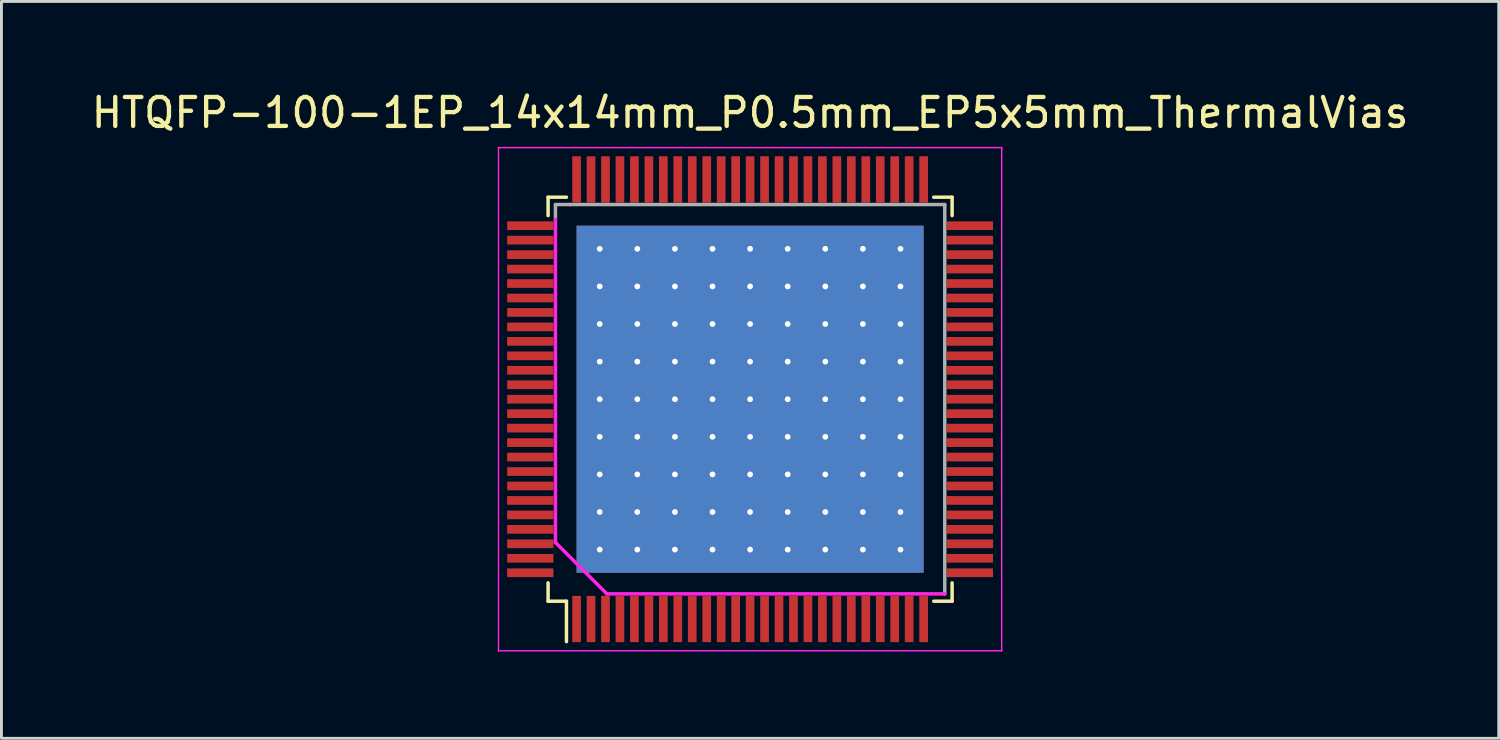
<source format=kicad_pcb>
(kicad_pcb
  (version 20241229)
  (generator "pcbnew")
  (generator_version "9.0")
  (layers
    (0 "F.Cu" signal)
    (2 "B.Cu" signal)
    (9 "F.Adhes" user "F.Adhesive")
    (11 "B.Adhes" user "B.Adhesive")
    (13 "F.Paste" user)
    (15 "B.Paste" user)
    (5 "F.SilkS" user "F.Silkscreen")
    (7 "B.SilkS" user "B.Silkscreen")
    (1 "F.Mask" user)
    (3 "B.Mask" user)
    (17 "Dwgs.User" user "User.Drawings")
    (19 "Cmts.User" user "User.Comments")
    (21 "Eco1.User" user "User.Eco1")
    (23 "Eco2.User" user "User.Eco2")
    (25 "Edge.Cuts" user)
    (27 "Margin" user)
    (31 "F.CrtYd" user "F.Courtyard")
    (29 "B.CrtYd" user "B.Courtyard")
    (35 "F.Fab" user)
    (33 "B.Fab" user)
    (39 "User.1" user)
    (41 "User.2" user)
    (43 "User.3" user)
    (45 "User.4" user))
  (footprint "HTQFP-100-1EP_14x14mm_P0.5mm_EP5x5mm_ThermalVias"
    (layer "F.Cu")
    (at 22.887 10.754)
    (property "Reference" "HTQFP-100-1EP_14x14mm_P0.5mm_EP5x5mm_ThermalVias" (at 0 -9.906 0) (layer "F.SilkS") (effects (font (size 1 1) (thickness 0.15))))
    (attr smd)
    (fp_line (start -6.985 -6.985) (end -6.985 -6.35) (stroke (width 0.12) (type solid)) (layer "F.SilkS"))
    (fp_line (start -6.985 6.985) (end -6.985 6.35) (stroke (width 0.12) (type solid)) (layer "F.SilkS"))
    (fp_line (start -6.35 -6.985) (end -6.985 -6.985) (stroke (width 0.12) (type solid)) (layer "F.SilkS"))
    (fp_line (start -6.35 6.985) (end -6.985 6.985) (stroke (width 0.12) (type solid)) (layer "F.SilkS"))
    (fp_line (start -6.35 6.985) (end -6.35 8.382) (stroke (width 0.12) (type solid)) (layer "F.SilkS"))
    (fp_line (start 6.35 6.985) (end 6.985 6.985) (stroke (width 0.12) (type solid)) (layer "F.SilkS"))
    (fp_line (start 6.985 -6.985) (end 6.35 -6.985) (stroke (width 0.12) (type solid)) (layer "F.SilkS"))
    (fp_line (start 6.985 -6.35) (end 6.985 -6.985) (stroke (width 0.12) (type solid)) (layer "F.SilkS"))
    (fp_line (start 6.985 6.985) (end 6.985 6.35) (stroke (width 0.12) (type solid)) (layer "F.SilkS"))
    (fp_line (start -8.7 -8.7) (end 8.7 -8.7) (stroke (width 0.05) (type solid)) (layer "F.CrtYd"))
    (fp_line (start -8.7 8.7) (end -8.7 -8.7) (stroke (width 0.05) (type solid)) (layer "F.CrtYd"))
    (fp_line (start -6.731 4.953) (end -6.731 -6.223) (stroke (width 0.12) (type solid)) (layer "F.CrtYd"))
    (fp_line (start -4.953 6.731) (end -6.731 4.953) (stroke (width 0.12) (type solid)) (layer "F.CrtYd"))
    (fp_line (start 6.731 6.731) (end -4.953 6.731) (stroke (width 0.12) (type solid)) (layer "F.CrtYd"))
    (fp_line (start 8.7 -8.7) (end 8.7 8.7) (stroke (width 0.05) (type solid)) (layer "F.CrtYd"))
    (fp_line (start 8.7 8.7) (end -8.7 8.7) (stroke (width 0.05) (type solid)) (layer "F.CrtYd"))
    (fp_line (start -6.731 -6.731) (end -6.223 -6.731) (stroke (width 0.12) (type solid)) (layer "F.Fab"))
    (fp_line (start -6.731 -6.223) (end -6.731 -6.731) (stroke (width 0.12) (type solid)) (layer "F.Fab"))
    (fp_line (start 6.731 -6.731) (end -6.223 -6.731) (stroke (width 0.12) (type solid)) (layer "F.Fab"))
    (fp_line (start 6.731 6.731) (end 6.731 -6.731) (stroke (width 0.12) (type solid)) (layer "F.Fab"))
    (pad "1" smd rect (at -6 7.6 90) (size 1.6 0.3) (layers "F.Cu" "F.Mask" "F.Paste"))
    (pad "2" smd rect (at -5.5 7.6 90) (size 1.6 0.3) (layers "F.Cu" "F.Mask" "F.Paste"))
    (pad "3" smd rect (at -5 7.6 90) (size 1.6 0.3) (layers "F.Cu" "F.Mask" "F.Paste"))
    (pad "4" smd rect (at -4.5 7.6 90) (size 1.6 0.3) (layers "F.Cu" "F.Mask" "F.Paste"))
    (pad "5" smd rect (at -4 7.6 90) (size 1.6 0.3) (layers "F.Cu" "F.Mask" "F.Paste"))
    (pad "6" smd rect (at -3.5 7.6 90) (size 1.6 0.3) (layers "F.Cu" "F.Mask" "F.Paste"))
    (pad "7" smd rect (at -3 7.6 90) (size 1.6 0.3) (layers "F.Cu" "F.Mask" "F.Paste"))
    (pad "8" smd rect (at -2.5 7.6 90) (size 1.6 0.3) (layers "F.Cu" "F.Mask" "F.Paste"))
    (pad "9" smd rect (at -2 7.6 90) (size 1.6 0.3) (layers "F.Cu" "F.Mask" "F.Paste"))
    (pad "10" smd rect (at -1.5 7.6 90) (size 1.6 0.3) (layers "F.Cu" "F.Mask" "F.Paste"))
    (pad "11" smd rect (at -1 7.6 90) (size 1.6 0.3) (layers "F.Cu" "F.Mask" "F.Paste"))
    (pad "12" smd rect (at -0.5 7.6 90) (size 1.6 0.3) (layers "F.Cu" "F.Mask" "F.Paste"))
    (pad "13" smd rect (at 0 7.6 90) (size 1.6 0.3) (layers "F.Cu" "F.Mask" "F.Paste"))
    (pad "14" smd rect (at 0.5 7.6 90) (size 1.6 0.3) (layers "F.Cu" "F.Mask" "F.Paste"))
    (pad "15" smd rect (at 1 7.6 90) (size 1.6 0.3) (layers "F.Cu" "F.Mask" "F.Paste"))
    (pad "16" smd rect (at 1.5 7.6 90) (size 1.6 0.3) (layers "F.Cu" "F.Mask" "F.Paste"))
    (pad "17" smd rect (at 2 7.6 90) (size 1.6 0.3) (layers "F.Cu" "F.Mask" "F.Paste"))
    (pad "18" smd rect (at 2.5 7.6 90) (size 1.6 0.3) (layers "F.Cu" "F.Mask" "F.Paste"))
    (pad "19" smd rect (at 3 7.6 90) (size 1.6 0.3) (layers "F.Cu" "F.Mask" "F.Paste"))
    (pad "20" smd rect (at 3.5 7.6 90) (size 1.6 0.3) (layers "F.Cu" "F.Mask" "F.Paste"))
    (pad "21" smd rect (at 4 7.6 90) (size 1.6 0.3) (layers "F.Cu" "F.Mask" "F.Paste"))
    (pad "22" smd rect (at 4.5 7.6 90) (size 1.6 0.3) (layers "F.Cu" "F.Mask" "F.Paste"))
    (pad "23" smd rect (at 5 7.6 90) (size 1.6 0.3) (layers "F.Cu" "F.Mask" "F.Paste"))
    (pad "24" smd rect (at 5.5 7.6 90) (size 1.6 0.3) (layers "F.Cu" "F.Mask" "F.Paste"))
    (pad "25" smd rect (at 6 7.6 90) (size 1.6 0.3) (layers "F.Cu" "F.Mask" "F.Paste"))
    (pad "26" smd rect (at 7.6 6 180) (size 1.6 0.3) (layers "F.Cu" "F.Mask" "F.Paste"))
    (pad "27" smd rect (at 7.6 5.5 180) (size 1.6 0.3) (layers "F.Cu" "F.Mask" "F.Paste"))
    (pad "28" smd rect (at 7.6 5 180) (size 1.6 0.3) (layers "F.Cu" "F.Mask" "F.Paste"))
    (pad "29" smd rect (at 7.6 4.5 180) (size 1.6 0.3) (layers "F.Cu" "F.Mask" "F.Paste"))
    (pad "30" smd rect (at 7.6 4 180) (size 1.6 0.3) (layers "F.Cu" "F.Mask" "F.Paste"))
    (pad "31" smd rect (at 7.6 3.5 180) (size 1.6 0.3) (layers "F.Cu" "F.Mask" "F.Paste"))
    (pad "32" smd rect (at 7.6 3 180) (size 1.6 0.3) (layers "F.Cu" "F.Mask" "F.Paste"))
    (pad "33" smd rect (at 7.6 2.5 180) (size 1.6 0.3) (layers "F.Cu" "F.Mask" "F.Paste"))
    (pad "34" smd rect (at 7.6 2 180) (size 1.6 0.3) (layers "F.Cu" "F.Mask" "F.Paste"))
    (pad "35" smd rect (at 7.6 1.5 180) (size 1.6 0.3) (layers "F.Cu" "F.Mask" "F.Paste"))
    (pad "36" smd rect (at 7.6 1 180) (size 1.6 0.3) (layers "F.Cu" "F.Mask" "F.Paste"))
    (pad "37" smd rect (at 7.6 0.5 180) (size 1.6 0.3) (layers "F.Cu" "F.Mask" "F.Paste"))
    (pad "38" smd rect (at 7.6 0 180) (size 1.6 0.3) (layers "F.Cu" "F.Mask" "F.Paste"))
    (pad "39" smd rect (at 7.6 -0.5 180) (size 1.6 0.3) (layers "F.Cu" "F.Mask" "F.Paste"))
    (pad "40" smd rect (at 7.6 -1 180) (size 1.6 0.3) (layers "F.Cu" "F.Mask" "F.Paste"))
    (pad "41" smd rect (at 7.6 -1.5 180) (size 1.6 0.3) (layers "F.Cu" "F.Mask" "F.Paste"))
    (pad "42" smd rect (at 7.6 -2 180) (size 1.6 0.3) (layers "F.Cu" "F.Mask" "F.Paste"))
    (pad "43" smd rect (at 7.6 -2.5 180) (size 1.6 0.3) (layers "F.Cu" "F.Mask" "F.Paste"))
    (pad "44" smd rect (at 7.6 -3 180) (size 1.6 0.3) (layers "F.Cu" "F.Mask" "F.Paste"))
    (pad "45" smd rect (at 7.6 -3.5 180) (size 1.6 0.3) (layers "F.Cu" "F.Mask" "F.Paste"))
    (pad "46" smd rect (at 7.6 -4 180) (size 1.6 0.3) (layers "F.Cu" "F.Mask" "F.Paste"))
    (pad "47" smd rect (at 7.6 -4.5 180) (size 1.6 0.3) (layers "F.Cu" "F.Mask" "F.Paste"))
    (pad "48" smd rect (at 7.6 -5 180) (size 1.6 0.3) (layers "F.Cu" "F.Mask" "F.Paste"))
    (pad "49" smd rect (at 7.6 -5.5 180) (size 1.6 0.3) (layers "F.Cu" "F.Mask" "F.Paste"))
    (pad "50" smd rect (at 7.6 -6 180) (size 1.6 0.3) (layers "F.Cu" "F.Mask" "F.Paste"))
    (pad "51" smd rect (at 6 -7.6 270) (size 1.6 0.3) (layers "F.Cu" "F.Mask" "F.Paste"))
    (pad "52" smd rect (at 5.5 -7.6 270) (size 1.6 0.3) (layers "F.Cu" "F.Mask" "F.Paste"))
    (pad "53" smd rect (at 5 -7.6 270) (size 1.6 0.3) (layers "F.Cu" "F.Mask" "F.Paste"))
    (pad "54" smd rect (at 4.5 -7.6 270) (size 1.6 0.3) (layers "F.Cu" "F.Mask" "F.Paste"))
    (pad "55" smd rect (at 4 -7.6 270) (size 1.6 0.3) (layers "F.Cu" "F.Mask" "F.Paste"))
    (pad "56" smd rect (at 3.5 -7.6 270) (size 1.6 0.3) (layers "F.Cu" "F.Mask" "F.Paste"))
    (pad "57" smd rect (at 3 -7.6 270) (size 1.6 0.3) (layers "F.Cu" "F.Mask" "F.Paste"))
    (pad "58" smd rect (at 2.5 -7.6 270) (size 1.6 0.3) (layers "F.Cu" "F.Mask" "F.Paste"))
    (pad "59" smd rect (at 2 -7.6 270) (size 1.6 0.3) (layers "F.Cu" "F.Mask" "F.Paste"))
    (pad "60" smd rect (at 1.5 -7.6 270) (size 1.6 0.3) (layers "F.Cu" "F.Mask" "F.Paste"))
    (pad "61" smd rect (at 1 -7.6 270) (size 1.6 0.3) (layers "F.Cu" "F.Mask" "F.Paste"))
    (pad "62" smd rect (at 0.5 -7.6 270) (size 1.6 0.3) (layers "F.Cu" "F.Mask" "F.Paste"))
    (pad "63" smd rect (at 0 -7.6 270) (size 1.6 0.3) (layers "F.Cu" "F.Mask" "F.Paste"))
    (pad "64" smd rect (at -0.5 -7.6 270) (size 1.6 0.3) (layers "F.Cu" "F.Mask" "F.Paste"))
    (pad "65" smd rect (at -1 -7.6 270) (size 1.6 0.3) (layers "F.Cu" "F.Mask" "F.Paste"))
    (pad "66" smd rect (at -1.5 -7.6 270) (size 1.6 0.3) (layers "F.Cu" "F.Mask" "F.Paste"))
    (pad "67" smd rect (at -2 -7.6 270) (size 1.6 0.3) (layers "F.Cu" "F.Mask" "F.Paste"))
    (pad "68" smd rect (at -2.5 -7.6 270) (size 1.6 0.3) (layers "F.Cu" "F.Mask" "F.Paste"))
    (pad "69" smd rect (at -3 -7.6 270) (size 1.6 0.3) (layers "F.Cu" "F.Mask" "F.Paste"))
    (pad "70" smd rect (at -3.5 -7.6 270) (size 1.6 0.3) (layers "F.Cu" "F.Mask" "F.Paste"))
    (pad "71" smd rect (at -4 -7.6 270) (size 1.6 0.3) (layers "F.Cu" "F.Mask" "F.Paste"))
    (pad "72" smd rect (at -4.5 -7.6 270) (size 1.6 0.3) (layers "F.Cu" "F.Mask" "F.Paste"))
    (pad "73" smd rect (at -5 -7.6 270) (size 1.6 0.3) (layers "F.Cu" "F.Mask" "F.Paste"))
    (pad "74" smd rect (at -5.5 -7.6 270) (size 1.6 0.3) (layers "F.Cu" "F.Mask" "F.Paste"))
    (pad "75" smd rect (at -6 -7.6 270) (size 1.6 0.3) (layers "F.Cu" "F.Mask" "F.Paste"))
    (pad "76" smd rect (at -7.6 -6) (size 1.6 0.3) (layers "F.Cu" "F.Mask" "F.Paste"))
    (pad "77" smd rect (at -7.6 -5.5) (size 1.6 0.3) (layers "F.Cu" "F.Mask" "F.Paste"))
    (pad "78" smd rect (at -7.6 -5) (size 1.6 0.3) (layers "F.Cu" "F.Mask" "F.Paste"))
    (pad "79" smd rect (at -7.6 -4.5) (size 1.6 0.3) (layers "F.Cu" "F.Mask" "F.Paste"))
    (pad "80" smd rect (at -7.6 -4) (size 1.6 0.3) (layers "F.Cu" "F.Mask" "F.Paste"))
    (pad "81" smd rect (at -7.6 -3.5) (size 1.6 0.3) (layers "F.Cu" "F.Mask" "F.Paste"))
    (pad "82" smd rect (at -7.6 -3) (size 1.6 0.3) (layers "F.Cu" "F.Mask" "F.Paste"))
    (pad "83" smd rect (at -7.6 -2.5) (size 1.6 0.3) (layers "F.Cu" "F.Mask" "F.Paste"))
    (pad "84" smd rect (at -7.6 -2) (size 1.6 0.3) (layers "F.Cu" "F.Mask" "F.Paste"))
    (pad "85" smd rect (at -7.6 -1.5) (size 1.6 0.3) (layers "F.Cu" "F.Mask" "F.Paste"))
    (pad "86" smd rect (at -7.6 -1) (size 1.6 0.3) (layers "F.Cu" "F.Mask" "F.Paste"))
    (pad "87" smd rect (at -7.6 -0.5) (size 1.6 0.3) (layers "F.Cu" "F.Mask" "F.Paste"))
    (pad "88" smd rect (at -7.6 0) (size 1.6 0.3) (layers "F.Cu" "F.Mask" "F.Paste"))
    (pad "89" smd rect (at -7.6 0.5) (size 1.6 0.3) (layers "F.Cu" "F.Mask" "F.Paste"))
    (pad "90" smd rect (at -7.6 1) (size 1.6 0.3) (layers "F.Cu" "F.Mask" "F.Paste"))
    (pad "91" smd rect (at -7.6 1.5) (size 1.6 0.3) (layers "F.Cu" "F.Mask" "F.Paste"))
    (pad "92" smd rect (at -7.6 2) (size 1.6 0.3) (layers "F.Cu" "F.Mask" "F.Paste"))
    (pad "93" smd rect (at -7.6 2.5) (size 1.6 0.3) (layers "F.Cu" "F.Mask" "F.Paste"))
    (pad "94" smd rect (at -7.6 3) (size 1.6 0.3) (layers "F.Cu" "F.Mask" "F.Paste"))
    (pad "95" smd rect (at -7.6 3.5) (size 1.6 0.3) (layers "F.Cu" "F.Mask" "F.Paste"))
    (pad "96" smd rect (at -7.6 4) (size 1.6 0.3) (layers "F.Cu" "F.Mask" "F.Paste"))
    (pad "97" smd rect (at -7.6 4.5) (size 1.6 0.3) (layers "F.Cu" "F.Mask" "F.Paste"))
    (pad "98" smd rect (at -7.6 5) (size 1.6 0.3) (layers "F.Cu" "F.Mask" "F.Paste"))
    (pad "99" smd rect (at -7.6 5.5) (size 1.6 0.3) (layers "F.Cu" "F.Mask" "F.Paste"))
    (pad "100" smd rect (at -7.6 6) (size 1.6 0.3) (layers "F.Cu" "F.Mask" "F.Paste"))
    (pad "101" smd rect (at 0 0) (size 12 12) (layers "F.Cu" "F.Mask" "F.Paste"))
    (pad "101" smd rect (at 0 0) (size 12 12) (layers "B.Cu"))
    (pad "102" thru_hole circle (at -5.2 -5.2) (size 0.5 0.5) (drill 0.2) (layers "*.Cu" "*.Mask"))
    (pad "104" thru_hole circle (at -3.9 -5.2) (size 0.5 0.5) (drill 0.2) (layers "*.Cu" "*.Mask"))
    (pad "105" thru_hole circle (at -2.6 -5.2) (size 0.5 0.5) (drill 0.2) (layers "*.Cu" "*.Mask"))
    (pad "106" thru_hole circle (at -1.3 -5.2) (size 0.5 0.5) (drill 0.2) (layers "*.Cu" "*.Mask"))
    (pad "107" thru_hole circle (at 0 -5.2) (size 0.5 0.5) (drill 0.2) (layers "*.Cu" "*.Mask"))
    (pad "108" thru_hole circle (at 1.3 -5.2) (size 0.5 0.5) (drill 0.2) (layers "*.Cu" "*.Mask"))
    (pad "109" thru_hole circle (at 2.6 -5.2) (size 0.5 0.5) (drill 0.2) (layers "*.Cu" "*.Mask"))
    (pad "110" thru_hole circle (at 3.9 -5.2) (size 0.5 0.5) (drill 0.2) (layers "*.Cu" "*.Mask"))
    (pad "111" thru_hole circle (at 5.2 -5.2) (size 0.5 0.5) (drill 0.2) (layers "*.Cu" "*.Mask"))
    (pad "112" thru_hole circle (at -5.2 -3.9) (size 0.5 0.5) (drill 0.2) (layers "*.Cu" "*.Mask"))
    (pad "113" thru_hole circle (at -3.9 -3.9) (size 0.5 0.5) (drill 0.2) (layers "*.Cu" "*.Mask"))
    (pad "114" thru_hole circle (at -2.6 -3.9) (size 0.5 0.5) (drill 0.2) (layers "*.Cu" "*.Mask"))
    (pad "115" thru_hole circle (at -1.3 -3.9) (size 0.5 0.5) (drill 0.2) (layers "*.Cu" "*.Mask"))
    (pad "116" thru_hole circle (at 0 -3.9) (size 0.5 0.5) (drill 0.2) (layers "*.Cu" "*.Mask"))
    (pad "117" thru_hole circle (at 1.3 -3.9) (size 0.5 0.5) (drill 0.2) (layers "*.Cu" "*.Mask"))
    (pad "118" thru_hole circle (at 2.6 -3.9) (size 0.5 0.5) (drill 0.2) (layers "*.Cu" "*.Mask"))
    (pad "119" thru_hole circle (at 3.9 -3.9) (size 0.5 0.5) (drill 0.2) (layers "*.Cu" "*.Mask"))
    (pad "120" thru_hole circle (at 5.2 -3.9) (size 0.5 0.5) (drill 0.2) (layers "*.Cu" "*.Mask"))
    (pad "121" thru_hole circle (at -5.2 -2.6) (size 0.5 0.5) (drill 0.2) (layers "*.Cu" "*.Mask"))
    (pad "122" thru_hole circle (at -3.9 -2.6) (size 0.5 0.5) (drill 0.2) (layers "*.Cu" "*.Mask"))
    (pad "123" thru_hole circle (at -2.6 -2.6) (size 0.5 0.5) (drill 0.2) (layers "*.Cu" "*.Mask"))
    (pad "124" thru_hole circle (at -1.3 -2.6) (size 0.5 0.5) (drill 0.2) (layers "*.Cu" "*.Mask"))
    (pad "125" thru_hole circle (at 0 -2.6) (size 0.5 0.5) (drill 0.2) (layers "*.Cu" "*.Mask"))
    (pad "126" thru_hole circle (at 1.3 -2.6) (size 0.5 0.5) (drill 0.2) (layers "*.Cu" "*.Mask"))
    (pad "127" thru_hole circle (at 2.6 -2.6) (size 0.5 0.5) (drill 0.2) (layers "*.Cu" "*.Mask"))
    (pad "128" thru_hole circle (at 3.9 -2.6) (size 0.5 0.5) (drill 0.2) (layers "*.Cu" "*.Mask"))
    (pad "129" thru_hole circle (at 5.2 -2.6) (size 0.5 0.5) (drill 0.2) (layers "*.Cu" "*.Mask"))
    (pad "130" thru_hole circle (at -5.2 -1.3) (size 0.5 0.5) (drill 0.2) (layers "*.Cu" "*.Mask"))
    (pad "131" thru_hole circle (at -3.9 -1.3) (size 0.5 0.5) (drill 0.2) (layers "*.Cu" "*.Mask"))
    (pad "132" thru_hole circle (at -2.6 -1.3) (size 0.5 0.5) (drill 0.2) (layers "*.Cu" "*.Mask"))
    (pad "133" thru_hole circle (at -1.3 -1.3) (size 0.5 0.5) (drill 0.2) (layers "*.Cu" "*.Mask"))
    (pad "134" thru_hole circle (at 0 -1.3) (size 0.5 0.5) (drill 0.2) (layers "*.Cu" "*.Mask"))
    (pad "135" thru_hole circle (at 1.3 -1.3) (size 0.5 0.5) (drill 0.2) (layers "*.Cu" "*.Mask"))
    (pad "136" thru_hole circle (at 2.6 -1.3) (size 0.5 0.5) (drill 0.2) (layers "*.Cu" "*.Mask"))
    (pad "137" thru_hole circle (at 3.9 -1.3) (size 0.5 0.5) (drill 0.2) (layers "*.Cu" "*.Mask"))
    (pad "138" thru_hole circle (at 5.2 -1.3) (size 0.5 0.5) (drill 0.2) (layers "*.Cu" "*.Mask"))
    (pad "139" thru_hole circle (at -5.2 0) (size 0.5 0.5) (drill 0.2) (layers "*.Cu" "*.Mask"))
    (pad "140" thru_hole circle (at -3.9 0) (size 0.5 0.5) (drill 0.2) (layers "*.Cu" "*.Mask"))
    (pad "141" thru_hole circle (at -2.6 0) (size 0.5 0.5) (drill 0.2) (layers "*.Cu" "*.Mask"))
    (pad "142" thru_hole circle (at -1.3 0) (size 0.5 0.5) (drill 0.2) (layers "*.Cu" "*.Mask"))
    (pad "143" thru_hole circle (at 0 0) (size 0.5 0.5) (drill 0.2) (layers "*.Cu" "*.Mask"))
    (pad "144" thru_hole circle (at 1.3 0) (size 0.5 0.5) (drill 0.2) (layers "*.Cu" "*.Mask"))
    (pad "145" thru_hole circle (at 2.6 0) (size 0.5 0.5) (drill 0.2) (layers "*.Cu" "*.Mask"))
    (pad "146" thru_hole circle (at 3.9 0) (size 0.5 0.5) (drill 0.2) (layers "*.Cu" "*.Mask"))
    (pad "147" thru_hole circle (at 5.2 0) (size 0.5 0.5) (drill 0.2) (layers "*.Cu" "*.Mask"))
    (pad "148" thru_hole circle (at -5.2 1.3) (size 0.5 0.5) (drill 0.2) (layers "*.Cu" "*.Mask"))
    (pad "149" thru_hole circle (at -3.9 1.3) (size 0.5 0.5) (drill 0.2) (layers "*.Cu" "*.Mask"))
    (pad "150" thru_hole circle (at -2.6 1.3) (size 0.5 0.5) (drill 0.2) (layers "*.Cu" "*.Mask"))
    (pad "151" thru_hole circle (at -1.3 1.3) (size 0.5 0.5) (drill 0.2) (layers "*.Cu" "*.Mask"))
    (pad "152" thru_hole circle (at 0 1.3) (size 0.5 0.5) (drill 0.2) (layers "*.Cu" "*.Mask"))
    (pad "153" thru_hole circle (at 1.3 1.3) (size 0.5 0.5) (drill 0.2) (layers "*.Cu" "*.Mask"))
    (pad "154" thru_hole circle (at 2.6 1.3) (size 0.5 0.5) (drill 0.2) (layers "*.Cu" "*.Mask"))
    (pad "155" thru_hole circle (at 3.9 1.3) (size 0.5 0.5) (drill 0.2) (layers "*.Cu" "*.Mask"))
    (pad "156" thru_hole circle (at 5.2 1.3) (size 0.5 0.5) (drill 0.2) (layers "*.Cu" "*.Mask"))
    (pad "157" thru_hole circle (at -5.2 2.6) (size 0.5 0.5) (drill 0.2) (layers "*.Cu" "*.Mask"))
    (pad "158" thru_hole circle (at -3.9 2.6) (size 0.5 0.5) (drill 0.2) (layers "*.Cu" "*.Mask"))
    (pad "159" thru_hole circle (at -2.6 2.6) (size 0.5 0.5) (drill 0.2) (layers "*.Cu" "*.Mask"))
    (pad "160" thru_hole circle (at -1.3 2.6) (size 0.5 0.5) (drill 0.2) (layers "*.Cu" "*.Mask"))
    (pad "161" thru_hole circle (at 0 2.6) (size 0.5 0.5) (drill 0.2) (layers "*.Cu" "*.Mask"))
    (pad "162" thru_hole circle (at 1.3 2.6) (size 0.5 0.5) (drill 0.2) (layers "*.Cu" "*.Mask"))
    (pad "163" thru_hole circle (at 2.6 2.6) (size 0.5 0.5) (drill 0.2) (layers "*.Cu" "*.Mask"))
    (pad "164" thru_hole circle (at 3.9 2.6) (size 0.5 0.5) (drill 0.2) (layers "*.Cu" "*.Mask"))
    (pad "165" thru_hole circle (at 5.2 2.6) (size 0.5 0.5) (drill 0.2) (layers "*.Cu" "*.Mask"))
    (pad "166" thru_hole circle (at -5.2 3.9) (size 0.5 0.5) (drill 0.2) (layers "*.Cu" "*.Mask"))
    (pad "167" thru_hole circle (at -3.9 3.9) (size 0.5 0.5) (drill 0.2) (layers "*.Cu" "*.Mask"))
    (pad "168" thru_hole circle (at -2.6 3.9) (size 0.5 0.5) (drill 0.2) (layers "*.Cu" "*.Mask"))
    (pad "169" thru_hole circle (at -1.3 3.9) (size 0.5 0.5) (drill 0.2) (layers "*.Cu" "*.Mask"))
    (pad "170" thru_hole circle (at 0 3.9) (size 0.5 0.5) (drill 0.2) (layers "*.Cu" "*.Mask"))
    (pad "171" thru_hole circle (at 1.3 3.9) (size 0.5 0.5) (drill 0.2) (layers "*.Cu" "*.Mask"))
    (pad "172" thru_hole circle (at 2.6 3.9) (size 0.5 0.5) (drill 0.2) (layers "*.Cu" "*.Mask"))
    (pad "173" thru_hole circle (at 3.9 3.9) (size 0.5 0.5) (drill 0.2) (layers "*.Cu" "*.Mask"))
    (pad "174" thru_hole circle (at 5.2 3.9) (size 0.5 0.5) (drill 0.2) (layers "*.Cu" "*.Mask"))
    (pad "175" thru_hole circle (at -5.2 5.2) (size 0.5 0.5) (drill 0.2) (layers "*.Cu" "*.Mask"))
    (pad "176" thru_hole circle (at -3.9 5.2) (size 0.5 0.5) (drill 0.2) (layers "*.Cu" "*.Mask"))
    (pad "177" thru_hole circle (at -2.6 5.2) (size 0.5 0.5) (drill 0.2) (layers "*.Cu" "*.Mask"))
    (pad "178" thru_hole circle (at -1.3 5.2) (size 0.5 0.5) (drill 0.2) (layers "*.Cu" "*.Mask"))
    (pad "179" thru_hole circle (at 0 5.2) (size 0.5 0.5) (drill 0.2) (layers "*.Cu" "*.Mask"))
    (pad "180" thru_hole circle (at 1.3 5.2) (size 0.5 0.5) (drill 0.2) (layers "*.Cu" "*.Mask"))
    (pad "181" thru_hole circle (at 2.6 5.2) (size 0.5 0.5) (drill 0.2) (layers "*.Cu" "*.Mask"))
    (pad "182" thru_hole circle (at 3.9 5.2) (size 0.5 0.5) (drill 0.2) (layers "*.Cu" "*.Mask"))
    (pad "183" thru_hole circle (at 5.2 5.2) (size 0.5 0.5) (drill 0.2) (layers "*.Cu" "*.Mask")))
  (gr_rect
    (start -3 -3)
    (end 48.774 22.479)
    (stroke (width 0.1) (type default))
    (fill no)
    (layer "Edge.Cuts")))
</source>
